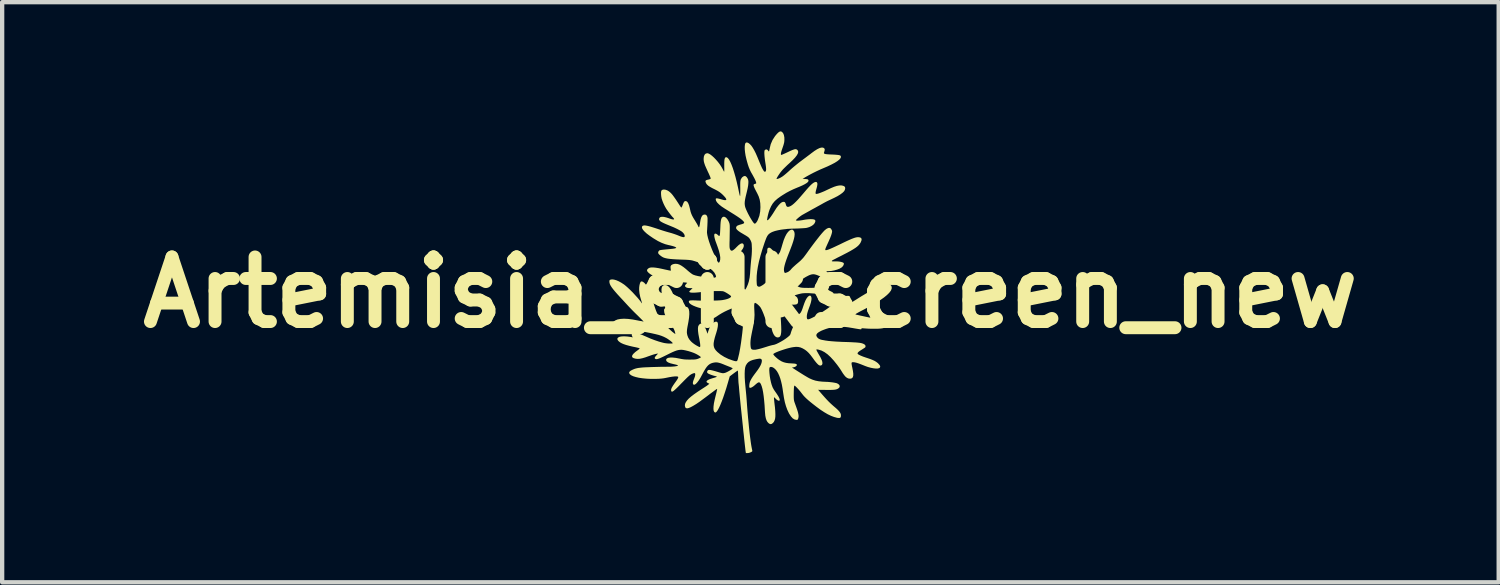
<source format=kicad_pcb>
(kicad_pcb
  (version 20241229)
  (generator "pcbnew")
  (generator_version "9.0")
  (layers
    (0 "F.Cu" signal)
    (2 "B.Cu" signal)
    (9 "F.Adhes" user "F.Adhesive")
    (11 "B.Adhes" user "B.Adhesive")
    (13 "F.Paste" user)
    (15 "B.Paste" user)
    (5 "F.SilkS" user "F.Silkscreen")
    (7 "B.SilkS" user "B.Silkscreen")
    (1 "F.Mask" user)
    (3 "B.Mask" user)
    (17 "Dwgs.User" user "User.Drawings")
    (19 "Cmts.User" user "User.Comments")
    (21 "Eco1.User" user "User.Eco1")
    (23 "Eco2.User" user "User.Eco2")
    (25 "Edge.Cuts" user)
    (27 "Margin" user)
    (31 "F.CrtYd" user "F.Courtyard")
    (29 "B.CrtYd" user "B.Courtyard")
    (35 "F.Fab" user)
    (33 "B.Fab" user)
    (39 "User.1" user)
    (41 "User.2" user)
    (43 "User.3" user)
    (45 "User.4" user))
  (footprint "Artemisia_silkscreen_new"
    (layer "F.Cu")
    (at 14.371 3.737)
    (property "Reference" "Artemisia_silkscreen_new" (at 0 0 0) (layer "F.SilkS") (effects (font (size 1.5 1.5) (thickness 0.3))))
    (attr board_only exclude_from_pos_files exclude_from_bom)
    (fp_poly (pts (xy 0.72 -3.732) (xy 0.73 -3.727) (xy 0.758 -3.698) (xy 0.777 -3.654) (xy 0.788 -3.597) (xy 0.789 -3.552) (xy 0.788 -3.518) (xy 0.785 -3.487) (xy 0.778 -3.456) (xy 0.768 -3.419) (xy 0.752 -3.371) (xy 0.748 -3.36) (xy 0.727 -3.299) (xy 0.714 -3.254) (xy 0.708 -3.221) (xy 0.708 -3.201) (xy 0.715 -3.19) (xy 0.725 -3.192) (xy 0.748 -3.201) (xy 0.782 -3.216) (xy 0.824 -3.235) (xy 0.86 -3.252) (xy 0.921 -3.281) (xy 0.969 -3.302) (xy 1.005 -3.315) (xy 1.033 -3.323) (xy 1.054 -3.324) (xy 1.071 -3.319) (xy 1.086 -3.31) (xy 1.105 -3.286) (xy 1.11 -3.256) (xy 1.1 -3.22) (xy 1.075 -3.177) (xy 1.035 -3.126) (xy 0.98 -3.068) (xy 0.909 -3.001) (xy 0.899 -2.992) (xy 0.858 -2.955) (xy 0.816 -2.914) (xy 0.777 -2.876) (xy 0.747 -2.845) (xy 0.744 -2.841) (xy 0.718 -2.81) (xy 0.69 -2.774) (xy 0.664 -2.737) (xy 0.641 -2.702) (xy 0.622 -2.671) (xy 0.61 -2.647) (xy 0.607 -2.634) (xy 0.608 -2.632) (xy 0.627 -2.633) (xy 0.658 -2.643) (xy 0.695 -2.66) (xy 0.735 -2.684) (xy 0.743 -2.689) (xy 0.769 -2.708) (xy 0.805 -2.737) (xy 0.846 -2.772) (xy 0.889 -2.81) (xy 0.917 -2.836) (xy 0.965 -2.879) (xy 1.022 -2.927) (xy 1.083 -2.977) (xy 1.142 -3.024) (xy 1.177 -3.05) (xy 1.229 -3.089) (xy 1.284 -3.13) (xy 1.337 -3.17) (xy 1.384 -3.205) (xy 1.413 -3.228) (xy 1.486 -3.282) (xy 1.549 -3.322) (xy 1.602 -3.348) (xy 1.646 -3.361) (xy 1.682 -3.361) (xy 1.704 -3.351) (xy 1.721 -3.335) (xy 1.726 -3.313) (xy 1.72 -3.282) (xy 1.714 -3.263) (xy 1.707 -3.241) (xy 1.708 -3.228) (xy 1.717 -3.219) (xy 1.721 -3.217) (xy 1.74 -3.211) (xy 1.777 -3.206) (xy 1.831 -3.202) (xy 1.883 -3.2) (xy 1.95 -3.197) (xy 2.002 -3.193) (xy 2.039 -3.189) (xy 2.066 -3.184) (xy 2.084 -3.177) (xy 2.094 -3.169) (xy 2.097 -3.165) (xy 2.102 -3.141) (xy 2.091 -3.113) (xy 2.063 -3.081) (xy 2.019 -3.046) (xy 1.959 -3.008) (xy 1.883 -2.968) (xy 1.793 -2.925) (xy 1.7 -2.885) (xy 1.625 -2.853) (xy 1.543 -2.815) (xy 1.461 -2.775) (xy 1.383 -2.734) (xy 1.314 -2.696) (xy 1.288 -2.681) (xy 1.212 -2.635) (xy 1.27 -2.632) (xy 1.31 -2.628) (xy 1.335 -2.621) (xy 1.347 -2.608) (xy 1.349 -2.588) (xy 1.349 -2.587) (xy 1.338 -2.565) (xy 1.31 -2.54) (xy 1.265 -2.512) (xy 1.204 -2.481) (xy 1.127 -2.447) (xy 1.096 -2.435) (xy 1.001 -2.395) (xy 0.915 -2.354) (xy 0.833 -2.31) (xy 0.747 -2.257) (xy 0.704 -2.229) (xy 0.629 -2.175) (xy 0.568 -2.121) (xy 0.519 -2.063) (xy 0.48 -1.998) (xy 0.446 -1.922) (xy 0.433 -1.886) (xy 0.423 -1.853) (xy 0.413 -1.815) (xy 0.403 -1.774) (xy 0.395 -1.736) (xy 0.39 -1.704) (xy 0.387 -1.683) (xy 0.388 -1.675) (xy 0.401 -1.675) (xy 0.421 -1.69) (xy 0.448 -1.721) (xy 0.482 -1.768) (xy 0.524 -1.83) (xy 0.565 -1.896) (xy 0.609 -1.965) (xy 0.652 -2.02) (xy 0.691 -2.062) (xy 0.726 -2.089) (xy 0.754 -2.1) (xy 0.782 -2.101) (xy 0.801 -2.092) (xy 0.814 -2.07) (xy 0.823 -2.039) (xy 0.835 -2.005) (xy 0.853 -1.987) (xy 0.878 -1.984) (xy 0.907 -1.992) (xy 0.938 -2.006) (xy 0.972 -2.029) (xy 1.011 -2.061) (xy 1.056 -2.104) (xy 1.108 -2.158) (xy 1.167 -2.225) (xy 1.236 -2.305) (xy 1.246 -2.317) (xy 1.304 -2.385) (xy 1.353 -2.44) (xy 1.394 -2.483) (xy 1.429 -2.516) (xy 1.459 -2.539) (xy 1.484 -2.554) (xy 1.487 -2.555) (xy 1.518 -2.564) (xy 1.54 -2.558) (xy 1.553 -2.538) (xy 1.555 -2.504) (xy 1.547 -2.455) (xy 1.535 -2.411) (xy 1.52 -2.357) (xy 1.513 -2.318) (xy 1.514 -2.294) (xy 1.519 -2.287) (xy 1.536 -2.285) (xy 1.567 -2.291) (xy 1.61 -2.305) (xy 1.661 -2.325) (xy 1.721 -2.35) (xy 1.784 -2.38) (xy 1.87 -2.42) (xy 1.944 -2.451) (xy 2.007 -2.471) (xy 2.061 -2.481) (xy 2.108 -2.483) (xy 2.148 -2.475) (xy 2.176 -2.464) (xy 2.196 -2.445) (xy 2.201 -2.415) (xy 2.192 -2.377) (xy 2.192 -2.376) (xy 2.173 -2.345) (xy 2.137 -2.31) (xy 2.087 -2.273) (xy 2.024 -2.234) (xy 1.948 -2.195) (xy 1.883 -2.164) (xy 1.836 -2.142) (xy 1.781 -2.116) (xy 1.728 -2.088) (xy 1.7 -2.073) (xy 1.663 -2.052) (xy 1.615 -2.025) (xy 1.558 -1.994) (xy 1.499 -1.961) (xy 1.44 -1.929) (xy 1.427 -1.922) (xy 1.372 -1.891) (xy 1.32 -1.862) (xy 1.273 -1.836) (xy 1.234 -1.814) (xy 1.207 -1.799) (xy 1.2 -1.795) (xy 1.173 -1.777) (xy 1.142 -1.754) (xy 1.112 -1.73) (xy 1.085 -1.706) (xy 1.065 -1.687) (xy 1.056 -1.674) (xy 1.056 -1.672) (xy 1.064 -1.667) (xy 1.087 -1.664) (xy 1.122 -1.666) (xy 1.167 -1.67) (xy 1.218 -1.678) (xy 1.237 -1.682) (xy 1.285 -1.69) (xy 1.337 -1.696) (xy 1.384 -1.699) (xy 1.4 -1.7) (xy 1.452 -1.697) (xy 1.486 -1.689) (xy 1.505 -1.674) (xy 1.509 -1.651) (xy 1.498 -1.62) (xy 1.481 -1.591) (xy 1.454 -1.564) (xy 1.415 -1.538) (xy 1.367 -1.515) (xy 1.314 -1.499) (xy 1.293 -1.495) (xy 1.267 -1.492) (xy 1.227 -1.489) (xy 1.177 -1.486) (xy 1.12 -1.483) (xy 1.061 -1.481) (xy 1.06 -1.481) (xy 1.004 -1.48) (xy 0.953 -1.478) (xy 0.91 -1.476) (xy 0.878 -1.474) (xy 0.86 -1.473) (xy 0.859 -1.473) (xy 0.839 -1.47) (xy 0.807 -1.466) (xy 0.774 -1.463) (xy 0.705 -1.454) (xy 0.635 -1.44) (xy 0.57 -1.424) (xy 0.516 -1.405) (xy 0.495 -1.396) (xy 0.461 -1.377) (xy 0.434 -1.358) (xy 0.411 -1.335) (xy 0.391 -1.306) (xy 0.372 -1.268) (xy 0.352 -1.217) (xy 0.329 -1.154) (xy 0.277 -0.996) (xy 0.234 -0.851) (xy 0.199 -0.719) (xy 0.174 -0.597) (xy 0.156 -0.486) (xy 0.146 -0.382) (xy 0.144 -0.286) (xy 0.144 -0.273) (xy 0.146 -0.226) (xy 0.148 -0.193) (xy 0.151 -0.172) (xy 0.155 -0.158) (xy 0.162 -0.149) (xy 0.169 -0.142) (xy 0.187 -0.132) (xy 0.208 -0.13) (xy 0.234 -0.139) (xy 0.268 -0.158) (xy 0.297 -0.176) (xy 0.366 -0.232) (xy 0.423 -0.301) (xy 0.454 -0.353) (xy 0.465 -0.376) (xy 0.471 -0.398) (xy 0.475 -0.423) (xy 0.476 -0.457) (xy 0.475 -0.488) (xy 0.474 -0.533) (xy 0.469 -0.577) (xy 0.461 -0.624) (xy 0.449 -0.676) (xy 0.432 -0.739) (xy 0.417 -0.792) (xy 0.404 -0.843) (xy 0.395 -0.894) (xy 0.391 -0.942) (xy 0.391 -0.983) (xy 0.396 -1.012) (xy 0.401 -1.023) (xy 0.423 -1.037) (xy 0.449 -1.035) (xy 0.478 -1.016) (xy 0.511 -0.983) (xy 0.546 -0.936) (xy 0.561 -0.912) (xy 0.58 -0.881) (xy 0.596 -0.857) (xy 0.607 -0.843) (xy 0.609 -0.841) (xy 0.621 -0.848) (xy 0.638 -0.866) (xy 0.657 -0.892) (xy 0.676 -0.919) (xy 0.69 -0.945) (xy 0.69 -0.947) (xy 0.699 -0.971) (xy 0.711 -1.007) (xy 0.725 -1.052) (xy 0.739 -1.101) (xy 0.744 -1.118) (xy 0.773 -1.211) (xy 0.805 -1.29) (xy 0.839 -1.355) (xy 0.875 -1.404) (xy 0.912 -1.438) (xy 0.949 -1.454) (xy 0.972 -1.456) (xy 0.988 -1.448) (xy 0.999 -1.437) (xy 1.015 -1.413) (xy 1.024 -1.383) (xy 1.027 -1.346) (xy 1.023 -1.3) (xy 1.012 -1.246) (xy 0.993 -1.18) (xy 0.967 -1.102) (xy 0.932 -1.01) (xy 0.905 -0.941) (xy 0.866 -0.842) (xy 0.835 -0.758) (xy 0.811 -0.686) (xy 0.794 -0.626) (xy 0.783 -0.576) (xy 0.778 -0.535) (xy 0.78 -0.501) (xy 0.786 -0.473) (xy 0.787 -0.47) (xy 0.796 -0.454) (xy 0.811 -0.451) (xy 0.821 -0.453) (xy 0.875 -0.474) (xy 0.92 -0.508) (xy 0.94 -0.53) (xy 0.956 -0.549) (xy 0.982 -0.576) (xy 1.017 -0.608) (xy 1.057 -0.644) (xy 1.089 -0.671) (xy 1.128 -0.704) (xy 1.159 -0.731) (xy 1.185 -0.757) (xy 1.209 -0.782) (xy 1.234 -0.81) (xy 1.26 -0.844) (xy 1.292 -0.887) (xy 1.331 -0.941) (xy 1.339 -0.953) (xy 1.396 -1.031) (xy 1.453 -1.108) (xy 1.509 -1.182) (xy 1.563 -1.251) (xy 1.612 -1.313) (xy 1.656 -1.366) (xy 1.694 -1.409) (xy 1.723 -1.439) (xy 1.73 -1.446) (xy 1.772 -1.478) (xy 1.81 -1.495) (xy 1.844 -1.496) (xy 1.846 -1.496) (xy 1.863 -1.484) (xy 1.88 -1.462) (xy 1.893 -1.437) (xy 1.897 -1.418) (xy 1.892 -1.381) (xy 1.877 -1.329) (xy 1.852 -1.264) (xy 1.817 -1.184) (xy 1.808 -1.164) (xy 1.781 -1.105) (xy 1.761 -1.06) (xy 1.747 -1.028) (xy 1.74 -1.005) (xy 1.738 -0.991) (xy 1.74 -0.983) (xy 1.742 -0.981) (xy 1.754 -0.979) (xy 1.775 -0.982) (xy 1.805 -0.991) (xy 1.846 -1.007) (xy 1.899 -1.03) (xy 1.964 -1.06) (xy 2.044 -1.098) (xy 2.076 -1.113) (xy 2.164 -1.156) (xy 2.238 -1.191) (xy 2.3 -1.219) (xy 2.351 -1.241) (xy 2.393 -1.257) (xy 2.428 -1.269) (xy 2.457 -1.276) (xy 2.483 -1.28) (xy 2.505 -1.281) (xy 2.546 -1.275) (xy 2.571 -1.261) (xy 2.582 -1.236) (xy 2.578 -1.202) (xy 2.559 -1.158) (xy 2.554 -1.148) (xy 2.534 -1.119) (xy 2.51 -1.091) (xy 2.478 -1.062) (xy 2.438 -1.032) (xy 2.388 -1) (xy 2.327 -0.964) (xy 2.252 -0.923) (xy 2.163 -0.877) (xy 2.125 -0.857) (xy 2.067 -0.828) (xy 2.015 -0.802) (xy 1.97 -0.778) (xy 1.934 -0.76) (xy 1.909 -0.747) (xy 1.899 -0.74) (xy 1.889 -0.729) (xy 1.893 -0.721) (xy 1.914 -0.718) (xy 1.948 -0.718) (xy 2.005 -0.719) (xy 2.058 -0.715) (xy 2.104 -0.707) (xy 2.14 -0.696) (xy 2.163 -0.683) (xy 2.169 -0.674) (xy 2.169 -0.653) (xy 2.158 -0.625) (xy 2.139 -0.598) (xy 2.119 -0.579) (xy 2.073 -0.551) (xy 2.014 -0.528) (xy 1.946 -0.509) (xy 1.875 -0.496) (xy 1.804 -0.492) (xy 1.804 -0.492) (xy 1.758 -0.491) (xy 1.78 -0.474) (xy 1.811 -0.449) (xy 1.83 -0.432) (xy 1.839 -0.42) (xy 1.842 -0.408) (xy 1.84 -0.393) (xy 1.84 -0.391) (xy 1.826 -0.358) (xy 1.8 -0.338) (xy 1.762 -0.331) (xy 1.713 -0.337) (xy 1.652 -0.356) (xy 1.598 -0.38) (xy 1.543 -0.403) (xy 1.497 -0.417) (xy 1.454 -0.421) (xy 1.41 -0.414) (xy 1.363 -0.397) (xy 1.308 -0.369) (xy 1.279 -0.353) (xy 1.242 -0.33) (xy 1.202 -0.303) (xy 1.161 -0.275) (xy 1.122 -0.248) (xy 1.089 -0.222) (xy 1.064 -0.202) (xy 1.049 -0.187) (xy 1.047 -0.183) (xy 1.055 -0.167) (xy 1.077 -0.149) (xy 1.109 -0.132) (xy 1.144 -0.118) (xy 1.169 -0.112) (xy 1.197 -0.108) (xy 1.233 -0.105) (xy 1.28 -0.104) (xy 1.341 -0.103) (xy 1.346 -0.103) (xy 1.405 -0.104) (xy 1.449 -0.105) (xy 1.486 -0.107) (xy 1.519 -0.111) (xy 1.553 -0.118) (xy 1.593 -0.128) (xy 1.612 -0.132) (xy 1.672 -0.147) (xy 1.717 -0.156) (xy 1.751 -0.16) (xy 1.776 -0.159) (xy 1.796 -0.153) (xy 1.805 -0.147) (xy 1.822 -0.129) (xy 1.823 -0.108) (xy 1.812 -0.086) (xy 1.805 -0.073) (xy 1.805 -0.063) (xy 1.814 -0.052) (xy 1.835 -0.039) (xy 1.869 -0.022) (xy 1.878 -0.018) (xy 1.913 0.002) (xy 1.93 0.021) (xy 1.931 0.038) (xy 1.915 0.056) (xy 1.909 0.06) (xy 1.877 0.072) (xy 1.831 0.076) (xy 1.772 0.073) (xy 1.704 0.063) (xy 1.701 0.062) (xy 1.586 0.041) (xy 1.472 0.027) (xy 1.365 0.019) (xy 1.309 0.018) (xy 1.255 0.019) (xy 1.212 0.022) (xy 1.171 0.029) (xy 1.126 0.04) (xy 1.117 0.042) (xy 1.08 0.053) (xy 1.051 0.062) (xy 1.033 0.069) (xy 1.029 0.072) (xy 1.036 0.079) (xy 1.053 0.091) (xy 1.057 0.093) (xy 1.086 0.12) (xy 1.103 0.161) (xy 1.108 0.208) (xy 1.104 0.241) (xy 1.093 0.264) (xy 1.07 0.278) (xy 1.034 0.285) (xy 0.993 0.286) (xy 0.923 0.286) (xy 0.938 0.34) (xy 0.946 0.387) (xy 0.943 0.42) (xy 0.929 0.44) (xy 0.911 0.446) (xy 0.886 0.445) (xy 0.862 0.437) (xy 0.838 0.418) (xy 0.813 0.389) (xy 0.785 0.346) (xy 0.753 0.29) (xy 0.733 0.251) (xy 0.69 0.175) (xy 0.647 0.118) (xy 0.604 0.078) (xy 0.561 0.056) (xy 0.518 0.051) (xy 0.484 0.059) (xy 0.456 0.074) (xy 0.43 0.095) (xy 0.411 0.118) (xy 0.403 0.137) (xy 0.403 0.138) (xy 0.408 0.149) (xy 0.427 0.166) (xy 0.458 0.191) (xy 0.502 0.224) (xy 0.561 0.264) (xy 0.591 0.285) (xy 0.633 0.314) (xy 0.674 0.346) (xy 0.709 0.375) (xy 0.731 0.397) (xy 0.762 0.432) (xy 0.787 0.469) (xy 0.806 0.502) (xy 0.814 0.528) (xy 0.814 0.532) (xy 0.806 0.548) (xy 0.783 0.563) (xy 0.75 0.574) (xy 0.739 0.577) (xy 0.704 0.583) (xy 0.711 0.705) (xy 0.715 0.794) (xy 0.717 0.867) (xy 0.715 0.925) (xy 0.709 0.97) (xy 0.7 1.003) (xy 0.686 1.026) (xy 0.668 1.04) (xy 0.645 1.046) (xy 0.629 1.047) (xy 0.596 1.038) (xy 0.565 1.013) (xy 0.537 0.971) (xy 0.513 0.915) (xy 0.494 0.846) (xy 0.49 0.826) (xy 0.482 0.794) (xy 0.476 0.775) (xy 0.468 0.766) (xy 0.456 0.762) (xy 0.453 0.762) (xy 0.435 0.757) (xy 0.418 0.744) (xy 0.401 0.723) (xy 0.382 0.691) (xy 0.362 0.647) (xy 0.338 0.589) (xy 0.311 0.516) (xy 0.309 0.51) (xy 0.29 0.463) (xy 0.27 0.417) (xy 0.25 0.377) (xy 0.234 0.349) (xy 0.234 0.349) (xy 0.212 0.322) (xy 0.185 0.295) (xy 0.157 0.271) (xy 0.13 0.253) (xy 0.11 0.244) (xy 0.104 0.244) (xy 0.096 0.253) (xy 0.09 0.276) (xy 0.088 0.312) (xy 0.089 0.363) (xy 0.092 0.425) (xy 0.096 0.523) (xy 0.091 0.607) (xy 0.09 0.625) (xy 0.084 0.665) (xy 0.08 0.697) (xy 0.076 0.725) (xy 0.071 0.753) (xy 0.065 0.785) (xy 0.057 0.825) (xy 0.046 0.879) (xy 0.045 0.881) (xy 0.029 0.961) (xy 0.017 1.025) (xy 0.008 1.079) (xy 0.003 1.125) (xy 0.001 1.165) (xy 0.001 1.204) (xy 0.002 1.22) (xy 0.006 1.268) (xy 0.013 1.299) (xy 0.026 1.319) (xy 0.047 1.329) (xy 0.077 1.333) (xy 0.09 1.333) (xy 0.117 1.332) (xy 0.15 1.326) (xy 0.191 1.317) (xy 0.242 1.304) (xy 0.305 1.285) (xy 0.382 1.261) (xy 0.397 1.256) (xy 0.44 1.243) (xy 0.481 1.232) (xy 0.514 1.224) (xy 0.531 1.221) (xy 0.565 1.213) (xy 0.609 1.196) (xy 0.66 1.171) (xy 0.715 1.141) (xy 0.771 1.108) (xy 0.823 1.073) (xy 0.869 1.038) (xy 0.905 1.007) (xy 0.912 0.999) (xy 0.928 0.975) (xy 0.936 0.951) (xy 0.936 0.95) (xy 0.941 0.932) (xy 0.951 0.902) (xy 0.965 0.864) (xy 0.98 0.829) (xy 1 0.779) (xy 1.014 0.739) (xy 1.023 0.702) (xy 1.028 0.66) (xy 1.029 0.652) (xy 1.036 0.597) (xy 1.047 0.557) (xy 1.062 0.531) (xy 1.082 0.516) (xy 1.103 0.512) (xy 1.128 0.506) (xy 1.15 0.491) (xy 1.17 0.466) (xy 1.19 0.428) (xy 1.21 0.376) (xy 1.226 0.327) (xy 1.253 0.25) (xy 1.278 0.189) (xy 1.303 0.143) (xy 1.329 0.108) (xy 1.344 0.094) (xy 1.37 0.077) (xy 1.39 0.076) (xy 1.407 0.092) (xy 1.412 0.102) (xy 1.419 0.134) (xy 1.416 0.18) (xy 1.403 0.24) (xy 1.38 0.311) (xy 1.365 0.351) (xy 1.338 0.426) (xy 1.32 0.487) (xy 1.311 0.536) (xy 1.309 0.576) (xy 1.311 0.591) (xy 1.316 0.614) (xy 1.324 0.624) (xy 1.341 0.626) (xy 1.345 0.626) (xy 1.367 0.621) (xy 1.401 0.607) (xy 1.445 0.586) (xy 1.497 0.559) (xy 1.554 0.527) (xy 1.613 0.491) (xy 1.674 0.454) (xy 1.732 0.416) (xy 1.786 0.379) (xy 1.834 0.344) (xy 1.859 0.324) (xy 1.939 0.26) (xy 2.008 0.207) (xy 2.066 0.165) (xy 2.116 0.132) (xy 2.158 0.108) (xy 2.195 0.092) (xy 2.227 0.083) (xy 2.256 0.081) (xy 2.28 0.082) (xy 2.297 0.087) (xy 2.309 0.099) (xy 2.318 0.12) (xy 2.325 0.154) (xy 2.331 0.197) (xy 2.335 0.221) (xy 2.338 0.237) (xy 2.338 0.239) (xy 2.346 0.235) (xy 2.366 0.223) (xy 2.396 0.205) (xy 2.433 0.182) (xy 2.447 0.173) (xy 2.579 0.09) (xy 2.698 0.019) (xy 2.804 -0.042) (xy 2.898 -0.092) (xy 2.98 -0.132) (xy 3.052 -0.162) (xy 3.113 -0.182) (xy 3.156 -0.192) (xy 3.203 -0.193) (xy 3.241 -0.181) (xy 3.267 -0.157) (xy 3.281 -0.125) (xy 3.28 -0.086) (xy 3.263 -0.043) (xy 3.258 -0.035) (xy 3.222 0.012) (xy 3.17 0.063) (xy 3.103 0.118) (xy 3.021 0.176) (xy 2.922 0.239) (xy 2.807 0.306) (xy 2.676 0.377) (xy 2.605 0.414) (xy 2.541 0.447) (xy 2.494 0.473) (xy 2.461 0.492) (xy 2.443 0.505) (xy 2.438 0.512) (xy 2.439 0.513) (xy 2.46 0.519) (xy 2.498 0.527) (xy 2.55 0.539) (xy 2.616 0.553) (xy 2.693 0.57) (xy 2.782 0.588) (xy 2.816 0.595) (xy 2.903 0.614) (xy 2.974 0.63) (xy 3.032 0.644) (xy 3.078 0.657) (xy 3.115 0.669) (xy 3.145 0.682) (xy 3.163 0.691) (xy 3.185 0.706) (xy 3.196 0.721) (xy 3.198 0.741) (xy 3.198 0.743) (xy 3.195 0.766) (xy 3.183 0.783) (xy 3.168 0.794) (xy 3.137 0.812) (xy 3.103 0.826) (xy 3.063 0.835) (xy 3.014 0.841) (xy 2.953 0.845) (xy 2.89 0.845) (xy 2.832 0.845) (xy 2.773 0.844) (xy 2.719 0.842) (xy 2.674 0.839) (xy 2.659 0.838) (xy 2.621 0.835) (xy 2.596 0.834) (xy 2.583 0.836) (xy 2.577 0.84) (xy 2.577 0.846) (xy 2.576 0.852) (xy 2.572 0.856) (xy 2.564 0.857) (xy 2.548 0.857) (xy 2.523 0.854) (xy 2.487 0.848) (xy 2.437 0.84) (xy 2.375 0.829) (xy 2.265 0.811) (xy 2.168 0.8) (xy 2.082 0.795) (xy 2.002 0.797) (xy 1.926 0.806) (xy 1.851 0.821) (xy 1.812 0.832) (xy 1.762 0.847) (xy 1.71 0.866) (xy 1.662 0.885) (xy 1.64 0.895) (xy 1.587 0.924) (xy 1.551 0.952) (xy 1.533 0.98) (xy 1.531 1.008) (xy 1.546 1.038) (xy 1.563 1.057) (xy 1.581 1.073) (xy 1.601 1.084) (xy 1.625 1.094) (xy 1.658 1.103) (xy 1.703 1.111) (xy 1.74 1.118) (xy 1.81 1.128) (xy 1.895 1.136) (xy 1.99 1.143) (xy 2.092 1.148) (xy 2.125 1.15) (xy 2.227 1.153) (xy 2.313 1.156) (xy 2.385 1.16) (xy 2.444 1.163) (xy 2.492 1.167) (xy 2.531 1.171) (xy 2.562 1.176) (xy 2.587 1.182) (xy 2.608 1.189) (xy 2.627 1.197) (xy 2.644 1.206) (xy 2.666 1.226) (xy 2.674 1.25) (xy 2.668 1.273) (xy 2.666 1.276) (xy 2.654 1.286) (xy 2.63 1.302) (xy 2.599 1.322) (xy 2.58 1.334) (xy 2.537 1.361) (xy 2.508 1.384) (xy 2.492 1.403) (xy 2.487 1.421) (xy 2.487 1.421) (xy 2.496 1.434) (xy 2.521 1.45) (xy 2.56 1.469) (xy 2.614 1.491) (xy 2.68 1.514) (xy 2.702 1.521) (xy 2.776 1.546) (xy 2.835 1.569) (xy 2.883 1.591) (xy 2.922 1.615) (xy 2.956 1.641) (xy 2.976 1.661) (xy 3.004 1.694) (xy 3.014 1.722) (xy 3.008 1.745) (xy 2.988 1.76) (xy 2.956 1.768) (xy 2.911 1.769) (xy 2.856 1.763) (xy 2.795 1.751) (xy 2.729 1.733) (xy 2.662 1.709) (xy 2.65 1.704) (xy 2.575 1.674) (xy 2.514 1.651) (xy 2.465 1.635) (xy 2.427 1.626) (xy 2.407 1.623) (xy 2.38 1.621) (xy 2.362 1.623) (xy 2.351 1.631) (xy 2.348 1.649) (xy 2.351 1.677) (xy 2.359 1.72) (xy 2.365 1.746) (xy 2.38 1.823) (xy 2.388 1.884) (xy 2.388 1.931) (xy 2.38 1.965) (xy 2.364 1.988) (xy 2.34 2.001) (xy 2.311 2.004) (xy 2.277 2) (xy 2.246 1.987) (xy 2.214 1.964) (xy 2.182 1.928) (xy 2.146 1.879) (xy 2.109 1.819) (xy 2.089 1.788) (xy 2.062 1.748) (xy 2.032 1.707) (xy 2.016 1.685) (xy 1.937 1.586) (xy 1.862 1.504) (xy 1.789 1.437) (xy 1.719 1.387) (xy 1.649 1.351) (xy 1.58 1.33) (xy 1.565 1.327) (xy 1.542 1.324) (xy 1.532 1.326) (xy 1.533 1.336) (xy 1.535 1.343) (xy 1.542 1.36) (xy 1.557 1.387) (xy 1.576 1.421) (xy 1.587 1.44) (xy 1.627 1.509) (xy 1.654 1.566) (xy 1.669 1.612) (xy 1.673 1.649) (xy 1.665 1.677) (xy 1.661 1.684) (xy 1.643 1.696) (xy 1.622 1.7) (xy 1.603 1.696) (xy 1.581 1.684) (xy 1.557 1.662) (xy 1.527 1.629) (xy 1.49 1.583) (xy 1.447 1.523) (xy 1.398 1.458) (xy 1.354 1.407) (xy 1.311 1.366) (xy 1.268 1.333) (xy 1.22 1.305) (xy 1.211 1.3) (xy 1.161 1.279) (xy 1.111 1.268) (xy 1.058 1.265) (xy 0.996 1.272) (xy 0.949 1.28) (xy 0.894 1.293) (xy 0.835 1.309) (xy 0.774 1.328) (xy 0.714 1.348) (xy 0.658 1.368) (xy 0.609 1.388) (xy 0.57 1.406) (xy 0.543 1.422) (xy 0.532 1.432) (xy 0.534 1.444) (xy 0.549 1.464) (xy 0.572 1.489) (xy 0.603 1.517) (xy 0.637 1.546) (xy 0.673 1.572) (xy 0.677 1.574) (xy 0.725 1.603) (xy 0.774 1.623) (xy 0.827 1.637) (xy 0.89 1.646) (xy 0.944 1.649) (xy 0.994 1.652) (xy 1.03 1.655) (xy 1.053 1.66) (xy 1.067 1.666) (xy 1.075 1.674) (xy 1.078 1.68) (xy 1.076 1.698) (xy 1.06 1.715) (xy 1.035 1.73) (xy 1.003 1.74) (xy 1.002 1.74) (xy 0.965 1.746) (xy 1.04 1.794) (xy 1.115 1.842) (xy 1.185 1.886) (xy 1.246 1.924) (xy 1.298 1.955) (xy 1.339 1.979) (xy 1.366 1.994) (xy 1.368 1.995) (xy 1.438 2.026) (xy 1.508 2.049) (xy 1.584 2.064) (xy 1.669 2.073) (xy 1.746 2.077) (xy 1.797 2.079) (xy 1.851 2.084) (xy 1.905 2.09) (xy 1.953 2.098) (xy 1.991 2.106) (xy 2.009 2.111) (xy 2.044 2.131) (xy 2.067 2.155) (xy 2.074 2.181) (xy 2.066 2.207) (xy 2.056 2.218) (xy 2.036 2.234) (xy 2.013 2.246) (xy 1.985 2.255) (xy 1.948 2.261) (xy 1.9 2.264) (xy 1.84 2.266) (xy 1.765 2.265) (xy 1.76 2.265) (xy 1.573 2.263) (xy 1.66 2.364) (xy 1.72 2.432) (xy 1.771 2.488) (xy 1.817 2.536) (xy 1.86 2.578) (xy 1.903 2.617) (xy 1.93 2.641) (xy 1.987 2.689) (xy 2.03 2.729) (xy 2.061 2.763) (xy 2.083 2.793) (xy 2.096 2.819) (xy 2.102 2.845) (xy 2.102 2.86) (xy 2.099 2.891) (xy 2.087 2.91) (xy 2.065 2.917) (xy 2.03 2.915) (xy 2.01 2.912) (xy 1.941 2.893) (xy 1.87 2.866) (xy 1.795 2.83) (xy 1.715 2.783) (xy 1.628 2.726) (xy 1.533 2.656) (xy 1.453 2.594) (xy 1.392 2.545) (xy 1.343 2.504) (xy 1.303 2.468) (xy 1.27 2.436) (xy 1.24 2.405) (xy 1.213 2.372) (xy 1.188 2.34) (xy 1.156 2.299) (xy 1.123 2.26) (xy 1.091 2.225) (xy 1.063 2.196) (xy 1.04 2.175) (xy 1.025 2.165) (xy 1.023 2.165) (xy 1.017 2.174) (xy 1.012 2.2) (xy 1.009 2.241) (xy 1.007 2.298) (xy 1.006 2.369) (xy 1.006 2.411) (xy 1.007 2.459) (xy 1.01 2.495) (xy 1.016 2.526) (xy 1.026 2.558) (xy 1.033 2.577) (xy 1.062 2.657) (xy 1.085 2.723) (xy 1.102 2.777) (xy 1.112 2.821) (xy 1.118 2.857) (xy 1.118 2.887) (xy 1.114 2.914) (xy 1.11 2.929) (xy 1.1 2.951) (xy 1.088 2.96) (xy 1.072 2.961) (xy 1.027 2.952) (xy 0.983 2.926) (xy 0.942 2.881) (xy 0.901 2.819) (xy 0.892 2.802) (xy 0.856 2.725) (xy 0.826 2.643) (xy 0.8 2.552) (xy 0.779 2.45) (xy 0.761 2.334) (xy 0.746 2.23) (xy 0.73 2.141) (xy 0.712 2.065) (xy 0.693 1.998) (xy 0.671 1.938) (xy 0.645 1.881) (xy 0.643 1.877) (xy 0.614 1.828) (xy 0.581 1.788) (xy 0.545 1.756) (xy 0.51 1.737) (xy 0.478 1.73) (xy 0.456 1.736) (xy 0.446 1.744) (xy 0.441 1.758) (xy 0.439 1.782) (xy 0.438 1.807) (xy 0.442 1.872) (xy 0.45 1.947) (xy 0.463 2.024) (xy 0.48 2.098) (xy 0.493 2.144) (xy 0.515 2.204) (xy 0.543 2.256) (xy 0.57 2.296) (xy 0.616 2.362) (xy 0.65 2.416) (xy 0.671 2.458) (xy 0.681 2.489) (xy 0.679 2.508) (xy 0.669 2.517) (xy 0.649 2.515) (xy 0.623 2.501) (xy 0.594 2.477) (xy 0.582 2.464) (xy 0.565 2.447) (xy 0.552 2.437) (xy 0.548 2.437) (xy 0.547 2.448) (xy 0.548 2.472) (xy 0.552 2.508) (xy 0.556 2.552) (xy 0.558 2.57) (xy 0.57 2.671) (xy 0.577 2.756) (xy 0.58 2.826) (xy 0.579 2.885) (xy 0.573 2.933) (xy 0.562 2.971) (xy 0.547 3.003) (xy 0.53 3.025) (xy 0.5 3.051) (xy 0.471 3.06) (xy 0.442 3.051) (xy 0.421 3.036) (xy 0.395 3.008) (xy 0.374 2.971) (xy 0.358 2.923) (xy 0.346 2.863) (xy 0.339 2.788) (xy 0.336 2.742) (xy 0.329 2.621) (xy 0.319 2.509) (xy 0.308 2.408) (xy 0.295 2.319) (xy 0.28 2.243) (xy 0.263 2.182) (xy 0.245 2.135) (xy 0.227 2.104) (xy 0.213 2.093) (xy 0.199 2.089) (xy 0.181 2.093) (xy 0.158 2.107) (xy 0.127 2.132) (xy 0.108 2.15) (xy 0.064 2.186) (xy 0.027 2.208) (xy -0.001 2.217) (xy -0.014 2.215) (xy -0.022 2.21) (xy -0.026 2.198) (xy -0.026 2.175) (xy -0.025 2.149) (xy -0.02 2.113) (xy -0.011 2.078) (xy 0.005 2.041) (xy 0.028 2) (xy 0.059 1.952) (xy 0.101 1.894) (xy 0.123 1.865) (xy 0.171 1.8) (xy 0.207 1.746) (xy 0.233 1.7) (xy 0.251 1.66) (xy 0.262 1.622) (xy 0.264 1.61) (xy 0.266 1.581) (xy 0.262 1.563) (xy 0.255 1.554) (xy 0.243 1.545) (xy 0.227 1.54) (xy 0.203 1.54) (xy 0.168 1.545) (xy 0.133 1.551) (xy 0.06 1.568) (xy 0.003 1.589) (xy -0.041 1.615) (xy -0.075 1.648) (xy -0.102 1.69) (xy -0.109 1.704) (xy -0.122 1.748) (xy -0.13 1.808) (xy -0.133 1.885) (xy -0.132 1.978) (xy -0.125 2.087) (xy -0.117 2.17) (xy -0.11 2.245) (xy -0.104 2.306) (xy -0.099 2.356) (xy -0.095 2.399) (xy -0.092 2.437) (xy -0.089 2.473) (xy -0.086 2.512) (xy -0.085 2.527) (xy -0.076 2.653) (xy -0.066 2.779) (xy -0.055 2.903) (xy -0.043 3.025) (xy -0.032 3.142) (xy -0.02 3.252) (xy -0.008 3.353) (xy 0.004 3.444) (xy 0.015 3.523) (xy 0.026 3.587) (xy 0.035 3.633) (xy 0.041 3.66) (xy 0.044 3.679) (xy 0.045 3.684) (xy 0.037 3.696) (xy 0.016 3.709) (xy -0.012 3.721) (xy -0.042 3.729) (xy -0.066 3.731) (xy -0.105 3.731) (xy -0.111 3.693) (xy -0.115 3.664) (xy -0.12 3.619) (xy -0.127 3.559) (xy -0.135 3.488) (xy -0.144 3.406) (xy -0.153 3.316) (xy -0.164 3.219) (xy -0.174 3.117) (xy -0.185 3.013) (xy -0.196 2.907) (xy -0.207 2.802) (xy -0.218 2.699) (xy -0.228 2.602) (xy -0.237 2.51) (xy -0.245 2.427) (xy -0.252 2.353) (xy -0.258 2.292) (xy -0.262 2.244) (xy -0.264 2.219) (xy -0.267 2.181) (xy -0.271 2.147) (xy -0.273 2.124) (xy -0.274 2.12) (xy -0.276 2.104) (xy -0.278 2.073) (xy -0.28 2.032) (xy -0.282 1.984) (xy -0.283 1.959) (xy -0.285 1.912) (xy -0.287 1.87) (xy -0.289 1.839) (xy -0.291 1.821) (xy -0.291 1.817) (xy -0.299 1.819) (xy -0.318 1.831) (xy -0.348 1.852) (xy -0.391 1.884) (xy -0.417 1.903) (xy -0.48 1.951) (xy -0.523 2.1) (xy -0.56 2.225) (xy -0.597 2.339) (xy -0.632 2.443) (xy -0.666 2.534) (xy -0.698 2.613) (xy -0.728 2.679) (xy -0.755 2.73) (xy -0.78 2.766) (xy -0.802 2.786) (xy -0.817 2.79) (xy -0.838 2.778) (xy -0.852 2.751) (xy -0.858 2.708) (xy -0.856 2.65) (xy -0.847 2.578) (xy -0.829 2.491) (xy -0.81 2.412) (xy -0.797 2.361) (xy -0.786 2.316) (xy -0.778 2.279) (xy -0.773 2.254) (xy -0.772 2.244) (xy -0.773 2.242) (xy -0.778 2.244) (xy -0.786 2.248) (xy -0.8 2.257) (xy -0.82 2.271) (xy -0.847 2.291) (xy -0.883 2.318) (xy -0.93 2.352) (xy -0.987 2.396) (xy -1.058 2.449) (xy -1.092 2.474) (xy -1.178 2.538) (xy -1.256 2.591) (xy -1.325 2.633) (xy -1.384 2.665) (xy -1.431 2.685) (xy -1.467 2.693) (xy -1.471 2.693) (xy -1.498 2.686) (xy -1.514 2.665) (xy -1.521 2.629) (xy -1.521 2.622) (xy -1.516 2.587) (xy -1.499 2.55) (xy -1.471 2.51) (xy -1.431 2.466) (xy -1.377 2.419) (xy -1.309 2.367) (xy -1.226 2.309) (xy -1.128 2.245) (xy -1.111 2.234) (xy -1.071 2.208) (xy -1.033 2.183) (xy -1.002 2.162) (xy -0.983 2.147) (xy -0.981 2.146) (xy -0.953 2.122) (xy -0.986 2.106) (xy -1.012 2.089) (xy -1.02 2.071) (xy -1.01 2.053) (xy -0.983 2.033) (xy -0.938 2.013) (xy -0.877 1.993) (xy -0.851 1.986) (xy -0.818 1.976) (xy -0.793 1.967) (xy -0.78 1.961) (xy -0.778 1.959) (xy -0.786 1.953) (xy -0.805 1.946) (xy -0.807 1.946) (xy -0.854 1.934) (xy -0.9 1.919) (xy -0.941 1.904) (xy -0.973 1.889) (xy -0.992 1.876) (xy -1.005 1.859) (xy -1.006 1.844) (xy -1.001 1.831) (xy -0.993 1.816) (xy -0.982 1.806) (xy -0.966 1.801) (xy -0.943 1.801) (xy -0.912 1.806) (xy -0.869 1.816) (xy -0.812 1.832) (xy -0.768 1.845) (xy -0.719 1.86) (xy -0.684 1.869) (xy -0.658 1.875) (xy -0.638 1.877) (xy -0.621 1.876) (xy -0.601 1.872) (xy -0.595 1.871) (xy -0.571 1.863) (xy -0.54 1.849) (xy -0.506 1.831) (xy -0.472 1.811) (xy -0.442 1.792) (xy -0.421 1.776) (xy -0.412 1.765) (xy -0.412 1.764) (xy -0.419 1.758) (xy -0.439 1.748) (xy -0.459 1.739) (xy -0.485 1.728) (xy -0.523 1.713) (xy -0.568 1.695) (xy -0.615 1.676) (xy -0.621 1.673) (xy -0.683 1.649) (xy -0.734 1.634) (xy -0.777 1.626) (xy -0.817 1.626) (xy -0.858 1.633) (xy -0.876 1.637) (xy -0.915 1.65) (xy -0.949 1.669) (xy -0.982 1.695) (xy -1.013 1.73) (xy -1.046 1.777) (xy -1.081 1.836) (xy -1.121 1.911) (xy -1.123 1.915) (xy -1.161 1.985) (xy -1.198 2.044) (xy -1.233 2.09) (xy -1.264 2.123) (xy -1.291 2.142) (xy -1.314 2.145) (xy -1.329 2.134) (xy -1.336 2.114) (xy -1.334 2.084) (xy -1.322 2.043) (xy -1.305 2.001) (xy -1.289 1.957) (xy -1.281 1.919) (xy -1.281 1.892) (xy -1.289 1.877) (xy -1.291 1.876) (xy -1.311 1.876) (xy -1.341 1.886) (xy -1.376 1.903) (xy -1.411 1.927) (xy -1.429 1.943) (xy -1.458 1.969) (xy -1.494 2.004) (xy -1.535 2.045) (xy -1.579 2.09) (xy -1.61 2.121) (xy -1.668 2.181) (xy -1.716 2.228) (xy -1.754 2.263) (xy -1.783 2.288) (xy -1.805 2.302) (xy -1.821 2.306) (xy -1.832 2.302) (xy -1.834 2.299) (xy -1.842 2.276) (xy -1.839 2.247) (xy -1.824 2.21) (xy -1.796 2.164) (xy -1.757 2.107) (xy -1.756 2.106) (xy -1.72 2.056) (xy -1.695 2.018) (xy -1.68 1.99) (xy -1.675 1.971) (xy -1.677 1.963) (xy -1.689 1.954) (xy -1.717 1.951) (xy -1.76 1.952) (xy -1.814 1.958) (xy -1.88 1.969) (xy -1.924 1.978) (xy -1.978 1.989) (xy -2.025 1.997) (xy -2.069 2.002) (xy -2.118 2.006) (xy -2.176 2.008) (xy -2.21 2.009) (xy -2.314 2.009) (xy -2.413 2.004) (xy -2.505 1.995) (xy -2.589 1.983) (xy -2.661 1.966) (xy -2.722 1.947) (xy -2.768 1.925) (xy -2.799 1.901) (xy -2.805 1.893) (xy -2.815 1.869) (xy -2.809 1.847) (xy -2.788 1.825) (xy -2.754 1.805) (xy -2.719 1.789) (xy -2.684 1.775) (xy -2.648 1.765) (xy -2.607 1.756) (xy -2.558 1.75) (xy -2.5 1.744) (xy -2.43 1.74) (xy -2.346 1.737) (xy -2.308 1.735) (xy -2.234 1.733) (xy -2.158 1.731) (xy -2.084 1.729) (xy -2.016 1.728) (xy -1.959 1.728) (xy -1.922 1.727) (xy -1.863 1.727) (xy -1.808 1.724) (xy -1.76 1.72) (xy -1.721 1.714) (xy -1.694 1.708) (xy -1.682 1.701) (xy -1.682 1.7) (xy -1.685 1.694) (xy -1.695 1.689) (xy -1.714 1.682) (xy -1.747 1.674) (xy -1.791 1.664) (xy -1.858 1.647) (xy -1.907 1.628) (xy -1.94 1.606) (xy -1.955 1.583) (xy -1.955 1.557) (xy -1.955 1.556) (xy -1.939 1.535) (xy -1.908 1.521) (xy -1.863 1.514) (xy -1.805 1.514) (xy -1.735 1.521) (xy -1.656 1.536) (xy -1.654 1.536) (xy -1.605 1.546) (xy -1.562 1.553) (xy -1.521 1.558) (xy -1.474 1.56) (xy -1.416 1.561) (xy -1.405 1.561) (xy -1.35 1.56) (xy -1.31 1.559) (xy -1.279 1.557) (xy -1.255 1.553) (xy -1.232 1.547) (xy -1.208 1.539) (xy -1.208 1.538) (xy -1.179 1.526) (xy -1.158 1.515) (xy -1.15 1.508) (xy -1.15 1.508) (xy -1.157 1.496) (xy -1.178 1.48) (xy -1.208 1.46) (xy -1.244 1.439) (xy -1.282 1.42) (xy -1.319 1.404) (xy -1.378 1.383) (xy -1.44 1.364) (xy -1.5 1.349) (xy -1.553 1.338) (xy -1.596 1.333) (xy -1.605 1.333) (xy -1.639 1.335) (xy -1.674 1.34) (xy -1.713 1.35) (xy -1.757 1.366) (xy -1.809 1.388) (xy -1.872 1.418) (xy -1.946 1.455) (xy -2.015 1.489) (xy -2.07 1.515) (xy -2.114 1.534) (xy -2.147 1.545) (xy -2.173 1.55) (xy -2.192 1.55) (xy -2.208 1.544) (xy -2.214 1.539) (xy -2.222 1.527) (xy -2.219 1.51) (xy -2.203 1.486) (xy -2.18 1.46) (xy -2.143 1.421) (xy -2.187 1.427) (xy -2.212 1.433) (xy -2.249 1.443) (xy -2.294 1.458) (xy -2.342 1.475) (xy -2.36 1.481) (xy -2.441 1.51) (xy -2.509 1.53) (xy -2.567 1.542) (xy -2.617 1.545) (xy -2.661 1.541) (xy -2.703 1.53) (xy -2.717 1.524) (xy -2.741 1.508) (xy -2.748 1.485) (xy -2.74 1.457) (xy -2.715 1.425) (xy -2.675 1.388) (xy -2.644 1.364) (xy -2.615 1.343) (xy -2.592 1.325) (xy -2.578 1.312) (xy -2.577 1.311) (xy -2.573 1.306) (xy -2.572 1.302) (xy -2.576 1.298) (xy -2.587 1.293) (xy -2.607 1.288) (xy -2.64 1.28) (xy -2.686 1.27) (xy -2.726 1.262) (xy -2.815 1.241) (xy -2.887 1.221) (xy -2.946 1.201) (xy -2.993 1.18) (xy -3.026 1.161) (xy -3.064 1.13) (xy -3.085 1.101) (xy -3.089 1.075) (xy -3.076 1.053) (xy -3.048 1.036) (xy -3.005 1.025) (xy -2.948 1.021) (xy -2.907 1.022) (xy -2.86 1.025) (xy -2.813 1.031) (xy -2.772 1.037) (xy -2.743 1.043) (xy -2.732 1.046) (xy -2.733 1.041) (xy -2.741 1.028) (xy -2.753 1.001) (xy -2.754 0.974) (xy -2.745 0.954) (xy -2.738 0.949) (xy -2.712 0.94) (xy -2.677 0.94) (xy -2.632 0.948) (xy -2.577 0.964) (xy -2.51 0.99) (xy -2.429 1.025) (xy -2.42 1.029) (xy -2.32 1.073) (xy -2.22 1.111) (xy -2.125 1.143) (xy -2.039 1.167) (xy -2.002 1.176) (xy -1.962 1.182) (xy -1.919 1.187) (xy -1.878 1.189) (xy -1.842 1.189) (xy -1.816 1.187) (xy -1.803 1.182) (xy -1.803 1.182) (xy -1.807 1.172) (xy -1.823 1.155) (xy -1.848 1.133) (xy -1.88 1.109) (xy -1.915 1.084) (xy -1.951 1.062) (xy -1.957 1.059) (xy -2.008 1.033) (xy -2.064 1.01) (xy -2.128 0.989) (xy -2.204 0.97) (xy -2.293 0.95) (xy -2.322 0.944) (xy -2.404 0.928) (xy -2.47 0.915) (xy -2.522 0.904) (xy -2.562 0.896) (xy -2.592 0.89) (xy -2.613 0.885) (xy -2.627 0.881) (xy -2.636 0.877) (xy -2.642 0.874) (xy -2.645 0.872) (xy -2.658 0.855) (xy -2.662 0.84) (xy -2.664 0.829) (xy -2.672 0.821) (xy -2.687 0.815) (xy -2.712 0.811) (xy -2.747 0.808) (xy -2.795 0.806) (xy -2.859 0.806) (xy -2.887 0.806) (xy -2.95 0.806) (xy -3.005 0.804) (xy -3.05 0.801) (xy -3.08 0.798) (xy -3.088 0.796) (xy -3.132 0.781) (xy -3.169 0.763) (xy -3.195 0.744) (xy -3.203 0.733) (xy -3.207 0.72) (xy -3.202 0.706) (xy -3.185 0.687) (xy -3.183 0.685) (xy -3.14 0.653) (xy -3.085 0.63) (xy -3.016 0.617) (xy -2.934 0.612) (xy -2.839 0.617) (xy -2.729 0.631) (xy -2.604 0.655) (xy -2.59 0.658) (xy -2.549 0.666) (xy -2.515 0.673) (xy -2.491 0.677) (xy -2.481 0.677) (xy -2.481 0.677) (xy -2.486 0.67) (xy -2.503 0.653) (xy -2.528 0.627) (xy -2.561 0.594) (xy -2.599 0.556) (xy -2.61 0.545) (xy -2.644 0.512) (xy -2.674 0.483) (xy -2.702 0.455) (xy -2.729 0.428) (xy -2.757 0.399) (xy -2.787 0.368) (xy -2.822 0.331) (xy -2.862 0.288) (xy -2.91 0.236) (xy -2.967 0.174) (xy -3.024 0.113) (xy -3.09 0.041) (xy -3.144 -0.021) (xy -3.187 -0.073) (xy -3.22 -0.117) (xy -3.244 -0.154) (xy -3.26 -0.187) (xy -3.27 -0.216) (xy -3.274 -0.244) (xy -3.274 -0.252) (xy -3.272 -0.275) (xy -3.262 -0.288) (xy -3.247 -0.295) (xy -3.212 -0.301) (xy -3.167 -0.296) (xy -3.114 -0.281) (xy -3.056 -0.256) (xy -2.996 -0.223) (xy -2.935 -0.183) (xy -2.913 -0.166) (xy -2.859 -0.12) (xy -2.799 -0.064) (xy -2.735 -0.000469) (xy -2.673 0.067) (xy -2.613 0.133) (xy -2.562 0.196) (xy -2.521 0.251) (xy -2.516 0.255) (xy -2.517 0.243) (xy -2.526 0.215) (xy -2.533 0.193) (xy -2.558 0.106) (xy -2.575 0.022) (xy -2.583 -0.056) (xy -2.582 -0.114) (xy -2.576 -0.16) (xy -2.567 -0.2) (xy -2.555 -0.232) (xy -2.542 -0.25) (xy -2.54 -0.251) (xy -2.518 -0.254) (xy -2.492 -0.243) (xy -2.461 -0.219) (xy -2.429 -0.184) (xy -2.397 -0.139) (xy -2.367 -0.086) (xy -2.358 -0.068) (xy -2.339 -0.026) (xy -2.318 0.027) (xy -2.299 0.083) (xy -2.286 0.125) (xy -2.26 0.212) (xy -2.239 0.284) (xy -2.22 0.342) (xy -2.204 0.389) (xy -2.19 0.428) (xy -2.177 0.459) (xy -2.165 0.486) (xy -2.155 0.505) (xy -2.099 0.594) (xy -2.034 0.684) (xy -1.962 0.77) (xy -1.887 0.849) (xy -1.813 0.916) (xy -1.768 0.951) (xy -1.742 0.969) (xy -1.748 0.934) (xy -1.758 0.898) (xy -1.775 0.857) (xy -1.802 0.809) (xy -1.838 0.752) (xy -1.871 0.706) (xy -1.915 0.642) (xy -1.949 0.588) (xy -1.973 0.543) (xy -1.989 0.504) (xy -1.999 0.467) (xy -2.002 0.444) (xy -2.004 0.413) (xy -2.002 0.394) (xy -1.995 0.383) (xy -1.991 0.379) (xy -1.984 0.372) (xy -1.98 0.361) (xy -1.98 0.343) (xy -1.983 0.318) (xy -1.992 0.283) (xy -2.005 0.234) (xy -2.022 0.174) (xy -2.047 0.081) (xy -2.061 0.003) (xy -2.065 -0.061) (xy -2.059 -0.11) (xy -2.042 -0.144) (xy -2.016 -0.164) (xy -1.984 -0.17) (xy -1.95 -0.165) (xy -1.917 -0.149) (xy -1.886 -0.121) (xy -1.855 -0.08) (xy -1.824 -0.025) (xy -1.792 0.045) (xy -1.759 0.13) (xy -1.724 0.233) (xy -1.723 0.235) (xy -1.696 0.317) (xy -1.673 0.383) (xy -1.654 0.434) (xy -1.638 0.471) (xy -1.626 0.495) (xy -1.616 0.508) (xy -1.61 0.51) (xy -1.603 0.502) (xy -1.59 0.482) (xy -1.575 0.453) (xy -1.567 0.435) (xy -1.543 0.388) (xy -1.521 0.357) (xy -1.501 0.34) (xy -1.48 0.337) (xy -1.473 0.339) (xy -1.448 0.358) (xy -1.43 0.393) (xy -1.42 0.442) (xy -1.418 0.507) (xy -1.424 0.586) (xy -1.438 0.679) (xy -1.448 0.733) (xy -1.461 0.8) (xy -1.47 0.854) (xy -1.474 0.896) (xy -1.475 0.932) (xy -1.471 0.964) (xy -1.464 0.995) (xy -1.462 1.002) (xy -1.443 1.052) (xy -1.416 1.096) (xy -1.379 1.139) (xy -1.358 1.159) (xy -1.331 1.181) (xy -1.298 1.205) (xy -1.262 1.228) (xy -1.226 1.248) (xy -1.197 1.263) (xy -1.176 1.27) (xy -1.173 1.27) (xy -1.166 1.262) (xy -1.164 1.237) (xy -1.167 1.195) (xy -1.176 1.138) (xy -1.189 1.064) (xy -1.19 1.059) (xy -1.207 0.97) (xy -1.216 0.896) (xy -1.218 0.838) (xy -1.213 0.794) (xy -1.204 0.772) (xy -1.182 0.742) (xy -1.155 0.726) (xy -1.142 0.725) (xy -1.118 0.733) (xy -1.092 0.757) (xy -1.066 0.795) (xy -1.039 0.845) (xy -1.015 0.905) (xy -1.011 0.917) (xy -0.996 0.962) (xy -0.98 0.908) (xy -0.956 0.841) (xy -0.926 0.783) (xy -0.892 0.736) (xy -0.855 0.702) (xy -0.816 0.683) (xy -0.792 0.68) (xy -0.77 0.688) (xy -0.757 0.711) (xy -0.753 0.748) (xy -0.758 0.801) (xy -0.772 0.868) (xy -0.795 0.949) (xy -0.801 0.966) (xy -0.826 1.049) (xy -0.843 1.119) (xy -0.853 1.178) (xy -0.854 1.227) (xy -0.846 1.27) (xy -0.83 1.308) (xy -0.805 1.344) (xy -0.771 1.38) (xy -0.767 1.384) (xy -0.694 1.444) (xy -0.608 1.498) (xy -0.513 1.544) (xy -0.42 1.578) (xy -0.375 1.592) (xy -0.343 1.599) (xy -0.322 1.599) (xy -0.309 1.591) (xy -0.299 1.573) (xy -0.29 1.543) (xy -0.287 1.529) (xy -0.261 1.423) (xy -0.238 1.3) (xy -0.216 1.159) (xy -0.202 1.051) (xy -0.189 0.949) (xy -0.18 0.86) (xy -0.173 0.782) (xy -0.168 0.71) (xy -0.165 0.641) (xy -0.164 0.571) (xy -0.164 0.514) (xy -0.165 0.451) (xy -0.168 0.403) (xy -0.172 0.369) (xy -0.179 0.346) (xy -0.189 0.332) (xy -0.204 0.325) (xy -0.224 0.322) (xy -0.234 0.322) (xy -0.275 0.327) (xy -0.329 0.34) (xy -0.391 0.359) (xy -0.459 0.385) (xy -0.529 0.415) (xy -0.598 0.448) (xy -0.663 0.483) (xy -0.721 0.518) (xy -0.742 0.532) (xy -0.8 0.571) (xy -0.848 0.598) (xy -0.885 0.612) (xy -0.914 0.615) (xy -0.936 0.607) (xy -0.943 0.601) (xy -0.956 0.576) (xy -0.955 0.545) (xy -0.939 0.507) (xy -0.909 0.461) (xy -0.889 0.435) (xy -0.875 0.417) (xy -0.868 0.403) (xy -0.868 0.402) (xy -0.876 0.398) (xy -0.899 0.396) (xy -0.931 0.394) (xy -0.958 0.394) (xy -1.021 0.391) (xy -1.086 0.382) (xy -1.152 0.368) (xy -1.216 0.351) (xy -1.275 0.33) (xy -1.328 0.308) (xy -1.373 0.284) (xy -1.406 0.26) (xy -1.425 0.236) (xy -1.43 0.216) (xy -1.427 0.205) (xy -1.421 0.196) (xy -1.408 0.191) (xy -1.388 0.187) (xy -1.357 0.186) (xy -1.314 0.186) (xy -1.256 0.188) (xy -1.227 0.19) (xy -1.158 0.192) (xy -1.083 0.193) (xy -1.004 0.193) (xy -0.925 0.192) (xy -0.849 0.191) (xy -0.778 0.189) (xy -0.717 0.186) (xy -0.669 0.182) (xy -0.646 0.179) (xy -0.588 0.168) (xy -0.536 0.154) (xy -0.494 0.137) (xy -0.464 0.119) (xy -0.449 0.1) (xy -0.447 0.092) (xy -0.455 0.082) (xy -0.474 0.066) (xy -0.502 0.046) (xy -0.536 0.024) (xy -0.571 0.003) (xy -0.604 -0.014) (xy -0.619 -0.02) (xy -0.635 -0.025) (xy -0.656 -0.028) (xy -0.684 -0.029) (xy -0.723 -0.03) (xy -0.776 -0.03) (xy -0.805 -0.03) (xy -0.908 -0.027) (xy -1.008 -0.021) (xy -1.098 -0.012) (xy -1.105 -0.011) (xy -1.196 -0.00042) (xy -1.272 0.006) (xy -1.332 0.008) (xy -1.377 0.006) (xy -1.404 -0.000425) (xy -1.409 -0.003) (xy -1.418 -0.011) (xy -1.419 -0.019) (xy -1.412 -0.03) (xy -1.393 -0.049) (xy -1.384 -0.057) (xy -1.342 -0.098) (xy -1.402 -0.098) (xy -1.444 -0.101) (xy -1.475 -0.108) (xy -1.492 -0.116) (xy -1.513 -0.133) (xy -1.519 -0.149) (xy -1.511 -0.17) (xy -1.494 -0.191) (xy -1.467 -0.221) (xy -1.495 -0.227) (xy -1.514 -0.229) (xy -1.547 -0.231) (xy -1.589 -0.232) (xy -1.637 -0.233) (xy -1.65 -0.233) (xy -1.728 -0.234) (xy -1.794 -0.238) (xy -1.853 -0.245) (xy -1.908 -0.255) (xy -1.967 -0.271) (xy -2.03 -0.292) (xy -2.119 -0.323) (xy -2.197 -0.356) (xy -2.265 -0.388) (xy -2.318 -0.419) (xy -2.356 -0.447) (xy -2.357 -0.448) (xy -2.386 -0.477) (xy -2.399 -0.501) (xy -2.399 -0.521) (xy -2.385 -0.542) (xy -2.381 -0.546) (xy -2.36 -0.562) (xy -2.334 -0.573) (xy -2.3 -0.578) (xy -2.258 -0.578) (xy -2.204 -0.573) (xy -2.138 -0.563) (xy -2.059 -0.547) (xy -1.988 -0.531) (xy -1.941 -0.521) (xy -1.9 -0.512) (xy -1.869 -0.506) (xy -1.851 -0.503) (xy -1.848 -0.503) (xy -1.847 -0.512) (xy -1.849 -0.534) (xy -1.851 -0.546) (xy -1.854 -0.576) (xy -1.853 -0.602) (xy -1.852 -0.608) (xy -1.839 -0.629) (xy -1.812 -0.647) (xy -1.775 -0.659) (xy -1.736 -0.663) (xy -1.695 -0.659) (xy -1.652 -0.646) (xy -1.606 -0.622) (xy -1.554 -0.587) (xy -1.495 -0.54) (xy -1.449 -0.499) (xy -1.413 -0.469) (xy -1.378 -0.442) (xy -1.348 -0.421) (xy -1.33 -0.411) (xy -1.279 -0.393) (xy -1.212 -0.377) (xy -1.132 -0.364) (xy -1.04 -0.353) (xy -0.973 -0.347) (xy -0.917 -0.344) (xy -0.876 -0.341) (xy -0.848 -0.341) (xy -0.829 -0.342) (xy -0.817 -0.345) (xy -0.81 -0.35) (xy -0.808 -0.351) (xy -0.8 -0.361) (xy -0.798 -0.373) (xy -0.804 -0.392) (xy -0.81 -0.409) (xy -0.837 -0.459) (xy -0.882 -0.509) (xy -0.941 -0.558) (xy -1.013 -0.605) (xy -1.098 -0.649) (xy -1.192 -0.69) (xy -1.296 -0.725) (xy -1.311 -0.729) (xy -1.337 -0.737) (xy -1.362 -0.743) (xy -1.388 -0.747) (xy -1.418 -0.751) (xy -1.455 -0.754) (xy -1.502 -0.757) (xy -1.562 -0.759) (xy -1.619 -0.761) (xy -1.716 -0.765) (xy -1.797 -0.77) (xy -1.864 -0.776) (xy -1.919 -0.783) (xy -1.964 -0.792) (xy -2.002 -0.803) (xy -2.025 -0.812) (xy -2.057 -0.83) (xy -2.091 -0.855) (xy -2.12 -0.88) (xy -2.138 -0.903) (xy -2.139 -0.904) (xy -2.142 -0.928) (xy -2.133 -0.953) (xy -2.114 -0.973) (xy -2.11 -0.976) (xy -2.095 -0.98) (xy -2.066 -0.985) (xy -2.025 -0.99) (xy -1.976 -0.995) (xy -1.933 -0.999) (xy -1.857 -1.006) (xy -1.798 -1.012) (xy -1.756 -1.019) (xy -1.731 -1.027) (xy -1.721 -1.034) (xy -1.722 -1.037) (xy -1.738 -1.05) (xy -1.77 -1.064) (xy -1.817 -1.078) (xy -1.877 -1.093) (xy -1.894 -1.096) (xy -1.977 -1.118) (xy -2.061 -1.15) (xy -2.148 -1.192) (xy -2.241 -1.248) (xy -2.263 -1.262) (xy -2.342 -1.316) (xy -2.407 -1.365) (xy -2.457 -1.411) (xy -2.493 -1.451) (xy -2.514 -1.486) (xy -2.519 -1.515) (xy -2.509 -1.537) (xy -2.5 -1.544) (xy -2.482 -1.551) (xy -2.457 -1.554) (xy -2.422 -1.55) (xy -2.377 -1.541) (xy -2.32 -1.526) (xy -2.249 -1.504) (xy -2.165 -1.477) (xy -2.103 -1.456) (xy -2.038 -1.435) (xy -1.977 -1.416) (xy -1.922 -1.4) (xy -1.88 -1.388) (xy -1.878 -1.388) (xy -1.825 -1.373) (xy -1.767 -1.354) (xy -1.713 -1.335) (xy -1.685 -1.324) (xy -1.629 -1.301) (xy -1.586 -1.287) (xy -1.556 -1.281) (xy -1.537 -1.283) (xy -1.527 -1.293) (xy -1.526 -1.296) (xy -1.526 -1.322) (xy -1.539 -1.353) (xy -1.564 -1.385) (xy -1.592 -1.41) (xy -1.638 -1.439) (xy -1.7 -1.472) (xy -1.776 -1.508) (xy -1.866 -1.545) (xy -1.883 -1.552) (xy -1.956 -1.582) (xy -2.013 -1.607) (xy -2.056 -1.629) (xy -2.087 -1.648) (xy -2.107 -1.666) (xy -2.118 -1.684) (xy -2.12 -1.7) (xy -2.113 -1.728) (xy -2.092 -1.746) (xy -2.057 -1.754) (xy -2.011 -1.752) (xy -1.953 -1.739) (xy -1.903 -1.723) (xy -1.849 -1.704) (xy -1.81 -1.694) (xy -1.785 -1.692) (xy -1.773 -1.697) (xy -1.771 -1.703) (xy -1.778 -1.716) (xy -1.792 -1.734) (xy -1.795 -1.736) (xy -1.814 -1.756) (xy -1.84 -1.787) (xy -1.87 -1.825) (xy -1.901 -1.866) (xy -1.929 -1.905) (xy -1.953 -1.939) (xy -1.957 -1.946) (xy -1.988 -2) (xy -2.017 -2.06) (xy -2.041 -2.119) (xy -2.059 -2.173) (xy -2.062 -2.185) (xy -2.07 -2.229) (xy -2.074 -2.275) (xy -2.075 -2.316) (xy -2.071 -2.348) (xy -2.064 -2.365) (xy -2.042 -2.381) (xy -2.009 -2.387) (xy -1.97 -2.382) (xy -1.929 -2.367) (xy -1.9 -2.35) (xy -1.871 -2.328) (xy -1.84 -2.299) (xy -1.807 -2.261) (xy -1.771 -2.212) (xy -1.729 -2.152) (xy -1.681 -2.079) (xy -1.643 -2.02) (xy -1.626 -1.994) (xy -1.611 -1.975) (xy -1.602 -1.968) (xy -1.602 -1.968) (xy -1.595 -1.976) (xy -1.585 -1.996) (xy -1.575 -2.02) (xy -1.559 -2.063) (xy -1.545 -2.092) (xy -1.533 -2.109) (xy -1.52 -2.117) (xy -1.513 -2.119) (xy -1.487 -2.116) (xy -1.464 -2.1) (xy -1.444 -2.069) (xy -1.425 -2.022) (xy -1.408 -1.958) (xy -1.4 -1.924) (xy -1.389 -1.875) (xy -1.375 -1.832) (xy -1.357 -1.789) (xy -1.333 -1.743) (xy -1.3 -1.688) (xy -1.288 -1.669) (xy -1.264 -1.629) (xy -1.241 -1.591) (xy -1.223 -1.558) (xy -1.214 -1.54) (xy -1.205 -1.52) (xy -1.197 -1.511) (xy -1.19 -1.515) (xy -1.184 -1.532) (xy -1.177 -1.564) (xy -1.169 -1.613) (xy -1.169 -1.617) (xy -1.157 -1.685) (xy -1.142 -1.736) (xy -1.124 -1.772) (xy -1.103 -1.795) (xy -1.076 -1.805) (xy -1.053 -1.806) (xy -1.03 -1.799) (xy -1.014 -1.782) (xy -1.008 -1.771) (xy -1.002 -1.758) (xy -0.998 -1.742) (xy -0.995 -1.721) (xy -0.995 -1.692) (xy -0.995 -1.652) (xy -0.997 -1.601) (xy -0.999 -1.551) (xy -1.002 -1.503) (xy -1.004 -1.464) (xy -1.006 -1.436) (xy -1.007 -1.429) (xy -1.008 -1.386) (xy -1 -1.33) (xy -0.984 -1.26) (xy -0.96 -1.18) (xy -0.929 -1.091) (xy -0.891 -0.993) (xy -0.846 -0.889) (xy -0.81 -0.81) (xy -0.785 -0.758) (xy -0.765 -0.721) (xy -0.75 -0.699) (xy -0.737 -0.689) (xy -0.727 -0.692) (xy -0.717 -0.707) (xy -0.711 -0.72) (xy -0.701 -0.762) (xy -0.7 -0.815) (xy -0.71 -0.88) (xy -0.729 -0.959) (xy -0.759 -1.05) (xy -0.786 -1.125) (xy -0.813 -1.198) (xy -0.83 -1.259) (xy -0.839 -1.306) (xy -0.839 -1.34) (xy -0.83 -1.359) (xy -0.812 -1.364) (xy -0.79 -1.357) (xy -0.766 -1.341) (xy -0.748 -1.325) (xy -0.735 -1.313) (xy -0.725 -1.307) (xy -0.718 -1.311) (xy -0.712 -1.325) (xy -0.707 -1.35) (xy -0.704 -1.389) (xy -0.701 -1.443) (xy -0.698 -1.503) (xy -0.695 -1.573) (xy -0.691 -1.628) (xy -0.685 -1.669) (xy -0.677 -1.7) (xy -0.667 -1.723) (xy -0.654 -1.739) (xy -0.648 -1.745) (xy -0.623 -1.756) (xy -0.594 -1.751) (xy -0.565 -1.731) (xy -0.536 -1.698) (xy -0.509 -1.653) (xy -0.504 -1.643) (xy -0.494 -1.62) (xy -0.487 -1.601) (xy -0.483 -1.58) (xy -0.48 -1.554) (xy -0.479 -1.519) (xy -0.479 -1.471) (xy -0.479 -1.458) (xy -0.48 -1.4) (xy -0.481 -1.332) (xy -0.482 -1.261) (xy -0.483 -1.195) (xy -0.484 -1.181) (xy -0.485 -1.124) (xy -0.485 -1.081) (xy -0.484 -1.051) (xy -0.481 -1.028) (xy -0.477 -1.011) (xy -0.472 -1) (xy -0.458 -0.977) (xy -0.441 -0.967) (xy -0.419 -0.969) (xy -0.392 -0.985) (xy -0.357 -1.014) (xy -0.313 -1.059) (xy -0.313 -1.059) (xy -0.272 -1.098) (xy -0.234 -1.125) (xy -0.203 -1.137) (xy -0.178 -1.135) (xy -0.161 -1.119) (xy -0.153 -1.089) (xy -0.157 -1.054) (xy -0.176 -1.013) (xy -0.209 -0.966) (xy -0.243 -0.926) (xy -0.304 -0.849) (xy -0.353 -0.768) (xy -0.39 -0.687) (xy -0.413 -0.607) (xy -0.42 -0.534) (xy -0.414 -0.474) (xy -0.395 -0.41) (xy -0.367 -0.349) (xy -0.353 -0.327) (xy -0.339 -0.308) (xy -0.317 -0.28) (xy -0.289 -0.247) (xy -0.258 -0.21) (xy -0.226 -0.172) (xy -0.194 -0.137) (xy -0.166 -0.106) (xy -0.144 -0.081) (xy -0.129 -0.067) (xy -0.124 -0.063) (xy -0.115 -0.07) (xy -0.101 -0.091) (xy -0.085 -0.123) (xy -0.068 -0.162) (xy -0.06 -0.18) (xy -0.036 -0.254) (xy -0.018 -0.342) (xy -0.007 -0.442) (xy -0.005 -0.476) (xy -0.001 -0.536) (xy 0.003 -0.589) (xy 0.007 -0.639) (xy 0.012 -0.693) (xy 0.018 -0.755) (xy 0.023 -0.8) (xy 0.03 -0.872) (xy 0.034 -0.948) (xy 0.035 -1.018) (xy 0.034 -1.037) (xy 0.032 -1.087) (xy 0.03 -1.123) (xy 0.026 -1.15) (xy 0.019 -1.173) (xy 0.009 -1.197) (xy 0.007 -1.201) (xy -0.008 -1.23) (xy -0.024 -1.254) (xy -0.044 -1.276) (xy -0.072 -1.297) (xy -0.11 -1.321) (xy -0.16 -1.35) (xy -0.161 -1.351) (xy -0.226 -1.389) (xy -0.274 -1.422) (xy -0.307 -1.45) (xy -0.327 -1.475) (xy -0.333 -1.497) (xy -0.333 -1.498) (xy -0.325 -1.527) (xy -0.3 -1.55) (xy -0.257 -1.566) (xy -0.256 -1.567) (xy -0.205 -1.581) (xy -0.17 -1.593) (xy -0.15 -1.605) (xy -0.144 -1.618) (xy -0.151 -1.635) (xy -0.169 -1.657) (xy -0.189 -1.676) (xy -0.206 -1.691) (xy -0.226 -1.707) (xy -0.252 -1.726) (xy -0.285 -1.749) (xy -0.326 -1.776) (xy -0.377 -1.809) (xy -0.44 -1.848) (xy -0.515 -1.895) (xy -0.593 -1.943) (xy -0.667 -1.992) (xy -0.726 -2.039) (xy -0.769 -2.082) (xy -0.796 -2.122) (xy -0.805 -2.158) (xy -0.805 -2.16) (xy -0.802 -2.177) (xy -0.79 -2.182) (xy -0.779 -2.183) (xy -0.758 -2.18) (xy -0.726 -2.173) (xy -0.69 -2.163) (xy -0.683 -2.161) (xy -0.629 -2.146) (xy -0.59 -2.14) (xy -0.567 -2.143) (xy -0.558 -2.155) (xy -0.566 -2.177) (xy -0.588 -2.208) (xy -0.626 -2.249) (xy -0.648 -2.271) (xy -0.684 -2.303) (xy -0.718 -2.329) (xy -0.756 -2.353) (xy -0.804 -2.379) (xy -0.823 -2.389) (xy -0.886 -2.42) (xy -0.934 -2.447) (xy -0.971 -2.47) (xy -0.997 -2.492) (xy -1.016 -2.513) (xy -1.03 -2.535) (xy -1.031 -2.538) (xy -1.043 -2.568) (xy -1.042 -2.589) (xy -1.028 -2.603) (xy -0.998 -2.613) (xy -0.979 -2.617) (xy -0.951 -2.624) (xy -0.931 -2.631) (xy -0.924 -2.637) (xy -0.923 -2.646) (xy -0.926 -2.66) (xy -0.933 -2.68) (xy -0.946 -2.71) (xy -0.964 -2.752) (xy -0.99 -2.806) (xy -0.997 -2.822) (xy -1.028 -2.89) (xy -1.052 -2.945) (xy -1.068 -2.991) (xy -1.079 -3.03) (xy -1.084 -3.066) (xy -1.086 -3.096) (xy -1.081 -3.15) (xy -1.066 -3.191) (xy -1.043 -3.217) (xy -1.01 -3.229) (xy -1 -3.23) (xy -0.97 -3.222) (xy -0.933 -3.202) (xy -0.891 -3.17) (xy -0.846 -3.129) (xy -0.8 -3.081) (xy -0.754 -3.028) (xy -0.711 -2.972) (xy -0.674 -2.916) (xy -0.643 -2.861) (xy -0.632 -2.838) (xy -0.62 -2.816) (xy -0.612 -2.802) (xy -0.609 -2.8) (xy -0.608 -2.809) (xy -0.606 -2.832) (xy -0.606 -2.867) (xy -0.607 -2.91) (xy -0.607 -2.928) (xy -0.607 -2.998) (xy -0.605 -3.052) (xy -0.6 -3.092) (xy -0.591 -3.118) (xy -0.579 -3.133) (xy -0.571 -3.136) (xy -0.547 -3.135) (xy -0.522 -3.116) (xy -0.495 -3.081) (xy -0.467 -3.03) (xy -0.438 -2.964) (xy -0.408 -2.884) (xy -0.378 -2.789) (xy -0.347 -2.682) (xy -0.317 -2.562) (xy -0.287 -2.43) (xy -0.268 -2.34) (xy -0.259 -2.299) (xy -0.251 -2.265) (xy -0.244 -2.242) (xy -0.24 -2.233) (xy -0.238 -2.239) (xy -0.236 -2.26) (xy -0.235 -2.294) (xy -0.235 -2.339) (xy -0.235 -2.391) (xy -0.235 -2.407) (xy -0.236 -2.47) (xy -0.236 -2.517) (xy -0.235 -2.552) (xy -0.233 -2.578) (xy -0.23 -2.597) (xy -0.226 -2.613) (xy -0.22 -2.628) (xy -0.218 -2.632) (xy -0.194 -2.668) (xy -0.163 -2.692) (xy -0.13 -2.702) (xy -0.127 -2.702) (xy -0.107 -2.694) (xy -0.085 -2.674) (xy -0.066 -2.645) (xy -0.054 -2.618) (xy -0.047 -2.584) (xy -0.047 -2.54) (xy -0.052 -2.484) (xy -0.064 -2.415) (xy -0.083 -2.332) (xy -0.094 -2.287) (xy -0.112 -2.213) (xy -0.124 -2.153) (xy -0.131 -2.104) (xy -0.133 -2.062) (xy -0.13 -2.025) (xy -0.123 -1.989) (xy -0.116 -1.966) (xy -0.101 -1.927) (xy -0.08 -1.88) (xy -0.056 -1.83) (xy -0.029 -1.779) (xy -0.000423 -1.728) (xy 0.027 -1.683) (xy 0.052 -1.644) (xy 0.074 -1.614) (xy 0.09 -1.598) (xy 0.094 -1.596) (xy 0.113 -1.597) (xy 0.133 -1.616) (xy 0.157 -1.651) (xy 0.174 -1.686) (xy 0.208 -1.776) (xy 0.227 -1.876) (xy 0.233 -1.976) (xy 0.229 -2.07) (xy 0.216 -2.152) (xy 0.193 -2.225) (xy 0.163 -2.29) (xy 0.129 -2.355) (xy 0.103 -2.405) (xy 0.086 -2.444) (xy 0.076 -2.472) (xy 0.074 -2.492) (xy 0.078 -2.505) (xy 0.09 -2.513) (xy 0.107 -2.518) (xy 0.107 -2.518) (xy 0.125 -2.524) (xy 0.133 -2.527) (xy 0.135 -2.542) (xy 0.128 -2.569) (xy 0.113 -2.607) (xy 0.09 -2.654) (xy 0.061 -2.707) (xy 0.048 -2.731) (xy 0.014 -2.79) (xy -0.014 -2.847) (xy -0.038 -2.905) (xy -0.059 -2.968) (xy -0.08 -3.042) (xy -0.094 -3.095) (xy -0.112 -3.174) (xy -0.124 -3.25) (xy -0.131 -3.319) (xy -0.132 -3.379) (xy -0.127 -3.428) (xy -0.117 -3.462) (xy -0.116 -3.463) (xy -0.1 -3.478) (xy -0.076 -3.479) (xy -0.046 -3.467) (xy -0.013 -3.442) (xy 0.02 -3.407) (xy 0.025 -3.401) (xy 0.055 -3.357) (xy 0.088 -3.3) (xy 0.124 -3.229) (xy 0.162 -3.142) (xy 0.204 -3.039) (xy 0.206 -3.034) (xy 0.24 -2.953) (xy 0.269 -2.888) (xy 0.295 -2.841) (xy 0.316 -2.811) (xy 0.334 -2.798) (xy 0.349 -2.802) (xy 0.359 -2.821) (xy 0.362 -2.83) (xy 0.365 -2.85) (xy 0.364 -2.877) (xy 0.361 -2.915) (xy 0.354 -2.966) (xy 0.349 -2.996) (xy 0.336 -3.084) (xy 0.328 -3.158) (xy 0.324 -3.219) (xy 0.324 -3.264) (xy 0.329 -3.294) (xy 0.335 -3.304) (xy 0.36 -3.318) (xy 0.385 -3.316) (xy 0.407 -3.297) (xy 0.411 -3.292) (xy 0.421 -3.276) (xy 0.429 -3.272) (xy 0.435 -3.281) (xy 0.441 -3.305) (xy 0.447 -3.338) (xy 0.472 -3.44) (xy 0.514 -3.537) (xy 0.572 -3.627) (xy 0.614 -3.677) (xy 0.648 -3.711) (xy 0.675 -3.73) (xy 0.698 -3.737)) (stroke (width 0) (type solid)) (fill yes) (layer "F.SilkS")))
  (gr_rect
    (start -3 -3)
    (end 31.743 10.468)
    (stroke (width 0.1) (type default))
    (fill no)
    (layer "Edge.Cuts")))
</source>
